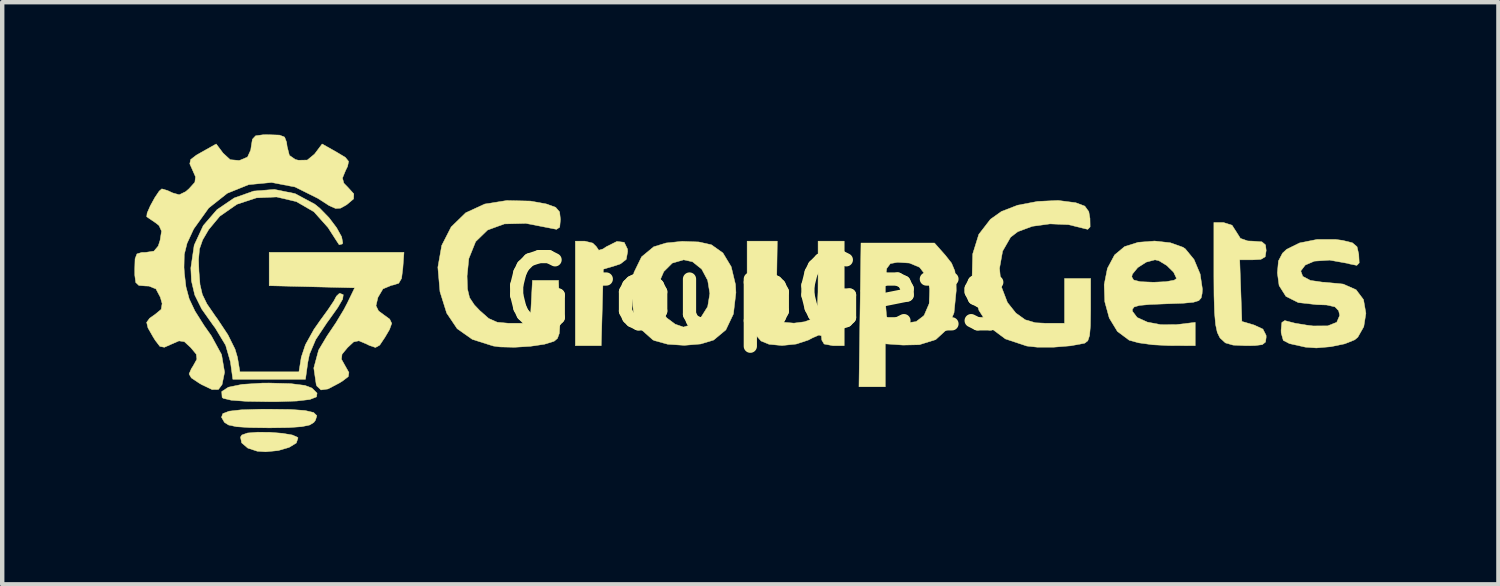
<source format=kicad_pcb>
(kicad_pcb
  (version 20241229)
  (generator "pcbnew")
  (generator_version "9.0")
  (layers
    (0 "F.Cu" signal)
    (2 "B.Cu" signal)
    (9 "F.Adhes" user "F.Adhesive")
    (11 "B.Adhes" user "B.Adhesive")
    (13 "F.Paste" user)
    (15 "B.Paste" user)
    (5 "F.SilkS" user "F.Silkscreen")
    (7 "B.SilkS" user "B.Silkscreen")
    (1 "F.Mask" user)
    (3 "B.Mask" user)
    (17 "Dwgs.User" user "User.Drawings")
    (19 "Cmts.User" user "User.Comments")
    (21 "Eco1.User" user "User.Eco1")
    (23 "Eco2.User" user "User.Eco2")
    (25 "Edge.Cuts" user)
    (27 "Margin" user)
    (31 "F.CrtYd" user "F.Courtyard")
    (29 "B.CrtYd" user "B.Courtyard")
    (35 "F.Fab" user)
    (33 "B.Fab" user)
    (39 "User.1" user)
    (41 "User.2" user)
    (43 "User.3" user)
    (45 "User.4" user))
  (footprint "GroupGets"
    (layer "F.Cu")
    (at 14.144 3.603)
    (property "Reference" "GroupGets" (at 0 0 0) (layer "F.SilkS") (effects (font (size 1.524 1.524) (thickness 0.3))))
    (attr through_hole)
    (fp_poly (pts (xy -11.069 3.149) (xy -10.788 3.172) (xy -10.562 3.211) (xy -10.443 3.265) (xy -10.437 3.275) (xy -10.475 3.391) (xy -10.639 3.491) (xy -10.886 3.563) (xy -11.171 3.591) (xy -11.36 3.578) (xy -11.576 3.507) (xy -11.715 3.388) (xy -11.741 3.258) (xy -11.71 3.21) (xy -11.583 3.165) (xy -11.352 3.146)) (stroke (width 0.01) (type solid)) (fill yes) (layer "F.SilkS"))
    (fp_poly (pts (xy -3.754 -1.141) (xy -3.672 -1.06) (xy -3.618 -0.979) (xy -3.522 -1.008) (xy -3.444 -1.06) (xy -3.206 -1.179) (xy -3.041 -1.159) (xy -2.966 -1.005) (xy -2.963 -0.949) (xy -2.995 -0.772) (xy -3.124 -0.671) (xy -3.239 -0.631) (xy -3.514 -0.55) (xy -3.562 1.185) (xy -4.149 1.185) (xy -4.149 -1.185) (xy -3.934 -1.185)) (stroke (width 0.01) (type solid)) (fill yes) (layer "F.SilkS"))
    (fp_poly (pts (xy -10.605 2.045) (xy -10.28 2.086) (xy -10.121 2.146) (xy -10.005 2.261) (xy -10.018 2.346) (xy -10.17 2.405) (xy -10.47 2.44) (xy -10.927 2.455) (xy -11.091 2.455) (xy -11.604 2.447) (xy -11.952 2.421) (xy -12.133 2.378) (xy -12.158 2.358) (xy -12.167 2.225) (xy -12.015 2.126) (xy -11.704 2.062) (xy -11.241 2.033) (xy -11.091 2.032)) (stroke (width 0.01) (type solid)) (fill yes) (layer "F.SilkS"))
    (fp_poly (pts (xy -10.608 2.631) (xy -10.277 2.655) (xy -10.083 2.7) (xy -10.01 2.772) (xy -10.041 2.874) (xy -10.078 2.925) (xy -10.172 2.983) (xy -10.353 3.021) (xy -10.648 3.042) (xy -11.086 3.048) (xy -11.091 3.048) (xy -11.53 3.042) (xy -11.828 3.022) (xy -12.01 2.984) (xy -12.104 2.925) (xy -12.104 2.925) (xy -12.172 2.808) (xy -12.142 2.725) (xy -11.998 2.67) (xy -11.724 2.639) (xy -11.303 2.626) (xy -11.091 2.625)) (stroke (width 0.01) (type solid)) (fill yes) (layer "F.SilkS"))
    (fp_poly (pts (xy 10.741 -1.546) (xy 10.837 -1.397) (xy 10.931 -1.248) (xy 11.097 -1.19) (xy 11.216 -1.185) (xy 11.418 -1.17) (xy 11.5 -1.1) (xy 11.515 -0.974) (xy 11.493 -0.831) (xy 11.394 -0.772) (xy 11.215 -0.762) (xy 10.915 -0.762) (xy 10.964 0.635) (xy 11.239 0.716) (xy 11.441 0.809) (xy 11.513 0.95) (xy 11.515 0.991) (xy 11.5 1.103) (xy 11.427 1.161) (xy 11.256 1.183) (xy 11.054 1.185) (xy 10.766 1.172) (xy 10.591 1.122) (xy 10.476 1.017) (xy 10.461 0.997) (xy 10.406 0.883) (xy 10.368 0.705) (xy 10.344 0.436) (xy 10.332 0.049) (xy 10.329 -0.4) (xy 10.329 -1.609) (xy 10.543 -1.609)) (stroke (width 0.01) (type solid)) (fill yes) (layer "F.SilkS"))
    (fp_poly (pts (xy 0.417 -0.346) (xy 0.417 0.02) (xy 0.427 0.326) (xy 0.446 0.529) (xy 0.461 0.585) (xy 0.589 0.655) (xy 0.808 0.674) (xy 1.048 0.643) (xy 1.191 0.59) (xy 1.267 0.531) (xy 1.315 0.432) (xy 1.341 0.257) (xy 1.353 -0.028) (xy 1.355 -0.342) (xy 1.355 -1.185) (xy 1.947 -1.185) (xy 1.947 1.185) (xy 1.693 1.185) (xy 1.492 1.147) (xy 1.439 1.058) (xy 1.43 0.961) (xy 1.374 0.944) (xy 1.229 1.007) (xy 1.132 1.058) (xy 0.857 1.148) (xy 0.537 1.181) (xy 0.243 1.153) (xy 0.062 1.079) (xy -0.078 0.919) (xy -0.174 0.673) (xy -0.23 0.315) (xy -0.253 -0.179) (xy -0.254 -0.344) (xy -0.254 -1.185) (xy 0.43 -1.185)) (stroke (width 0.01) (type solid)) (fill yes) (layer "F.SilkS"))
    (fp_poly (pts (xy 4.24 -0.866) (xy 4.381 -0.687) (xy 4.456 -0.509) (xy 4.484 -0.268) (xy 4.487 -0.062) (xy 4.437 0.439) (xy 4.283 0.808) (xy 4.022 1.047) (xy 3.65 1.163) (xy 3.281 1.171) (xy 2.879 1.143) (xy 2.879 1.63) (xy 2.879 2.117) (xy 2.282 2.117) (xy 2.305 0.487) (xy 2.313 -0.056) (xy 2.879 -0.056) (xy 2.886 0.253) (xy 2.905 0.493) (xy 2.932 0.616) (xy 2.935 0.621) (xy 3.05 0.658) (xy 3.261 0.677) (xy 3.311 0.677) (xy 3.578 0.639) (xy 3.749 0.508) (xy 3.763 0.489) (xy 3.885 0.205) (xy 3.9 -0.1) (xy 3.819 -0.38) (xy 3.657 -0.592) (xy 3.425 -0.689) (xy 3.424 -0.689) (xy 3.155 -0.706) (xy 2.993 -0.676) (xy 2.911 -0.565) (xy 2.882 -0.343) (xy 2.879 -0.056) (xy 2.313 -0.056) (xy 2.328 -1.143) (xy 3.994 -1.143)) (stroke (width 0.01) (type solid)) (fill yes) (layer "F.SilkS"))
    (fp_poly (pts (xy -1.351 -1.167) (xy -1.064 -1.103) (xy -0.803 -0.918) (xy -0.615 -0.606) (xy -0.518 -0.203) (xy -0.508 -0.017) (xy -0.565 0.466) (xy -0.736 0.826) (xy -1.013 1.057) (xy -1.306 1.146) (xy -1.678 1.177) (xy -2.054 1.152) (xy -2.357 1.069) (xy -2.391 1.053) (xy -2.663 0.811) (xy -2.827 0.447) (xy -2.87 0.073) (xy -2.286 0.073) (xy -2.211 0.364) (xy -2.078 0.554) (xy -1.886 0.697) (xy -1.703 0.762) (xy -1.693 0.762) (xy -1.514 0.704) (xy -1.32 0.565) (xy -1.308 0.554) (xy -1.148 0.299) (xy -1.099 0.001) (xy -1.148 -0.296) (xy -1.283 -0.55) (xy -1.492 -0.718) (xy -1.693 -0.762) (xy -1.95 -0.688) (xy -2.143 -0.496) (xy -2.259 -0.228) (xy -2.286 0.073) (xy -2.87 0.073) (xy -2.879 0) (xy -2.82 -0.474) (xy -2.647 -0.83) (xy -2.373 -1.057) (xy -2.091 -1.144) (xy -1.725 -1.181)) (stroke (width 0.01) (type solid)) (fill yes) (layer "F.SilkS"))
    (fp_poly (pts (xy -8.06 -0.572) (xy -8.089 -0.341) (xy -8.154 -0.23) (xy -8.289 -0.188) (xy -8.312 -0.186) (xy -8.511 -0.103) (xy -8.625 0.09) (xy -8.669 0.279) (xy -8.611 0.397) (xy -8.505 0.476) (xy -8.358 0.583) (xy -8.312 0.679) (xy -8.363 0.82) (xy -8.467 0.997) (xy -8.585 1.173) (xy -8.681 1.226) (xy -8.82 1.179) (xy -8.879 1.149) (xy -9.056 1.074) (xy -9.176 1.099) (xy -9.314 1.228) (xy -9.439 1.379) (xy -9.452 1.492) (xy -9.365 1.648) (xy -9.283 1.793) (xy -9.297 1.886) (xy -9.429 1.987) (xy -9.502 2.032) (xy -9.757 2.166) (xy -9.916 2.188) (xy -10.01 2.1) (xy -10.024 2.067) (xy -10.079 1.691) (xy -9.97 1.285) (xy -9.777 0.962) (xy -9.578 0.667) (xy -9.395 0.363) (xy -9.316 0.212) (xy -9.152 -0.127) (xy -10.122 -0.151) (xy -11.091 -0.175) (xy -11.091 -0.931) (xy -9.562 -0.931) (xy -8.034 -0.931)) (stroke (width 0.01) (type solid)) (fill yes) (layer "F.SilkS"))
    (fp_poly (pts (xy -5.165 -2.094) (xy -4.805 -2.028) (xy -4.595 -1.952) (xy -4.506 -1.848) (xy -4.487 -1.679) (xy -4.503 -1.502) (xy -4.575 -1.453) (xy -4.678 -1.473) (xy -5.27 -1.588) (xy -5.759 -1.576) (xy -6.139 -1.437) (xy -6.409 -1.175) (xy -6.564 -0.79) (xy -6.604 -0.394) (xy -6.594 -0.099) (xy -6.547 0.097) (xy -6.438 0.261) (xy -6.316 0.389) (xy -6.113 0.568) (xy -5.922 0.653) (xy -5.661 0.677) (xy -5.601 0.677) (xy -5.173 0.677) (xy -5.122 -0.296) (xy -4.53 -0.296) (xy -4.505 0.355) (xy -4.498 0.694) (xy -4.512 0.904) (xy -4.555 1.021) (xy -4.632 1.085) (xy -4.85 1.152) (xy -5.17 1.199) (xy -5.528 1.221) (xy -5.857 1.213) (xy -6.011 1.192) (xy -6.484 1.042) (xy -6.828 0.8) (xy -7.066 0.446) (xy -7.218 -0.039) (xy -7.266 -0.592) (xy -7.178 -1.089) (xy -6.964 -1.508) (xy -6.635 -1.828) (xy -6.204 -2.027) (xy -5.704 -2.106)) (stroke (width 0.01) (type solid)) (fill yes) (layer "F.SilkS"))
    (fp_poly (pts (xy 7.197 -2.057) (xy 7.402 -1.98) (xy 7.493 -1.855) (xy 7.52 -1.698) (xy 7.523 -1.509) (xy 7.47 -1.453) (xy 7.425 -1.463) (xy 7.035 -1.559) (xy 6.614 -1.577) (xy 6.212 -1.522) (xy 5.883 -1.4) (xy 5.721 -1.276) (xy 5.539 -0.959) (xy 5.469 -0.571) (xy 5.506 -0.165) (xy 5.648 0.205) (xy 5.839 0.445) (xy 6.05 0.597) (xy 6.281 0.665) (xy 6.521 0.677) (xy 6.943 0.677) (xy 6.943 -0.339) (xy 7.535 -0.339) (xy 7.535 0.375) (xy 7.53 0.731) (xy 7.511 0.953) (xy 7.471 1.073) (xy 7.404 1.126) (xy 7.387 1.131) (xy 7.079 1.188) (xy 6.697 1.219) (xy 6.327 1.219) (xy 6.088 1.193) (xy 5.603 1.032) (xy 5.244 0.765) (xy 5.001 0.382) (xy 4.868 -0.125) (xy 4.846 -0.339) (xy 4.861 -0.895) (xy 4.999 -1.339) (xy 5.263 -1.681) (xy 5.512 -1.858) (xy 5.879 -2) (xy 6.332 -2.086) (xy 6.798 -2.108)) (stroke (width 0.01) (type solid)) (fill yes) (layer "F.SilkS"))
    (fp_poly (pts (xy 9.341 -1.149) (xy 9.628 -1.047) (xy 9.681 -1.011) (xy 9.879 -0.77) (xy 10.018 -0.439) (xy 10.069 -0.097) (xy 10.062 0.004) (xy 10.041 0.101) (xy 9.987 0.163) (xy 9.867 0.2) (xy 9.649 0.221) (xy 9.299 0.234) (xy 9.244 0.236) (xy 8.873 0.251) (xy 8.642 0.272) (xy 8.521 0.307) (xy 8.481 0.361) (xy 8.483 0.405) (xy 8.589 0.545) (xy 8.819 0.65) (xy 9.128 0.709) (xy 9.473 0.707) (xy 9.504 0.704) (xy 9.906 0.656) (xy 9.906 1.185) (xy 9.292 1.182) (xy 8.943 1.164) (xy 8.624 1.12) (xy 8.409 1.061) (xy 8.142 0.862) (xy 7.957 0.558) (xy 7.856 0.19) (xy 7.842 -0.198) (xy 7.877 -0.376) (xy 8.467 -0.376) (xy 8.51 -0.304) (xy 8.661 -0.266) (xy 8.948 -0.254) (xy 8.975 -0.254) (xy 9.245 -0.267) (xy 9.429 -0.3) (xy 9.483 -0.339) (xy 9.416 -0.481) (xy 9.26 -0.634) (xy 9.08 -0.743) (xy 8.994 -0.762) (xy 8.796 -0.71) (xy 8.603 -0.586) (xy 8.481 -0.437) (xy 8.467 -0.376) (xy 7.877 -0.376) (xy 7.915 -0.567) (xy 8.078 -0.873) (xy 8.305 -1.062) (xy 8.613 -1.159) (xy 8.981 -1.188)) (stroke (width 0.01) (type solid)) (fill yes) (layer "F.SilkS"))
    (fp_poly (pts (xy 13.25 -1.202) (xy 13.471 -1.147) (xy 13.575 -1.058) (xy 13.614 -0.888) (xy 13.615 -0.871) (xy 13.624 -0.692) (xy 13.57 -0.636) (xy 13.409 -0.668) (xy 13.362 -0.682) (xy 12.954 -0.755) (xy 12.608 -0.732) (xy 12.402 -0.644) (xy 12.299 -0.509) (xy 12.344 -0.387) (xy 12.516 -0.295) (xy 12.792 -0.255) (xy 12.832 -0.254) (xy 13.262 -0.212) (xy 13.554 -0.083) (xy 13.72 0.138) (xy 13.723 0.146) (xy 13.776 0.451) (xy 13.728 0.754) (xy 13.593 0.992) (xy 13.522 1.052) (xy 13.295 1.143) (xy 12.98 1.208) (xy 12.653 1.236) (xy 12.404 1.218) (xy 12.176 1.167) (xy 12.044 1.138) (xy 11.903 1.065) (xy 11.855 0.896) (xy 11.853 0.836) (xy 11.87 0.659) (xy 11.937 0.615) (xy 12.002 0.633) (xy 12.171 0.676) (xy 12.432 0.719) (xy 12.576 0.737) (xy 12.909 0.736) (xy 13.115 0.654) (xy 13.182 0.498) (xy 13.158 0.392) (xy 13.074 0.304) (xy 12.885 0.262) (xy 12.66 0.254) (xy 12.244 0.208) (xy 11.963 0.067) (xy 11.808 -0.178) (xy 11.769 -0.466) (xy 11.793 -0.736) (xy 11.886 -0.914) (xy 11.979 -1) (xy 12.273 -1.145) (xy 12.665 -1.223) (xy 13.095 -1.223)) (stroke (width 0.01) (type solid)) (fill yes) (layer "F.SilkS"))
    (fp_poly (pts (xy -10.504 -2.263) (xy -10.059 -2.025) (xy -9.942 -1.93) (xy -9.735 -1.718) (xy -9.562 -1.489) (xy -9.448 -1.284) (xy -9.422 -1.144) (xy -9.434 -1.121) (xy -9.505 -1.104) (xy -9.507 -1.108) (xy -9.564 -1.194) (xy -9.679 -1.373) (xy -9.756 -1.493) (xy -10.076 -1.851) (xy -10.475 -2.082) (xy -10.921 -2.187) (xy -11.381 -2.167) (xy -11.822 -2.021) (xy -12.211 -1.75) (xy -12.462 -1.448) (xy -12.6 -1.212) (xy -12.671 -1.008) (xy -12.692 -0.766) (xy -12.683 -0.502) (xy -12.659 -0.201) (xy -12.606 0.025) (xy -12.502 0.238) (xy -12.32 0.503) (xy -12.26 0.586) (xy -12.026 0.939) (xy -11.865 1.263) (xy -11.81 1.447) (xy -11.754 1.778) (xy -10.416 1.778) (xy -10.363 1.446) (xy -10.268 1.161) (xy -10.076 0.816) (xy -9.939 0.62) (xy -9.758 0.371) (xy -9.626 0.174) (xy -9.569 0.068) (xy -9.568 0.064) (xy -9.502 0.002) (xy -9.483 0) (xy -9.411 0.029) (xy -9.424 0.128) (xy -9.532 0.315) (xy -9.741 0.609) (xy -9.779 0.66) (xy -10.035 1.045) (xy -10.177 1.379) (xy -10.214 1.557) (xy -10.268 1.947) (xy -11.915 1.947) (xy -11.969 1.553) (xy -12.078 1.174) (xy -12.315 0.781) (xy -12.356 0.727) (xy -12.62 0.354) (xy -12.778 0.036) (xy -12.853 -0.283) (xy -12.867 -0.577) (xy -12.791 -1.094) (xy -12.585 -1.539) (xy -12.274 -1.899) (xy -11.884 -2.164) (xy -11.442 -2.321) (xy -10.974 -2.358)) (stroke (width 0.01) (type solid)) (fill yes) (layer "F.SilkS"))
    (fp_poly (pts (xy -10.856 -3.59) (xy -10.741 -3.545) (xy -10.696 -3.429) (xy -10.684 -3.332) (xy -10.633 -3.131) (xy -10.498 -3.037) (xy -10.43 -3.02) (xy -10.227 -3.024) (xy -10.065 -3.157) (xy -10.046 -3.181) (xy -9.89 -3.389) (xy -9.564 -3.205) (xy -9.365 -3.086) (xy -9.29 -2.994) (xy -9.313 -2.88) (xy -9.357 -2.791) (xy -9.429 -2.616) (xy -9.398 -2.5) (xy -9.31 -2.41) (xy -9.172 -2.258) (xy -9.177 -2.143) (xy -9.33 -2.014) (xy -9.35 -2.001) (xy -9.473 -1.933) (xy -9.584 -1.926) (xy -9.733 -1.992) (xy -9.969 -2.144) (xy -9.981 -2.153) (xy -10.503 -2.413) (xy -11.036 -2.516) (xy -11.557 -2.466) (xy -12.04 -2.271) (xy -12.462 -1.937) (xy -12.797 -1.469) (xy -12.813 -1.439) (xy -12.953 -1.136) (xy -13.016 -0.883) (xy -13.022 -0.59) (xy -13.014 -0.462) (xy -12.977 -0.147) (xy -12.904 0.124) (xy -12.774 0.399) (xy -12.567 0.727) (xy -12.402 0.962) (xy -12.17 1.387) (xy -12.102 1.787) (xy -12.159 2.067) (xy -12.242 2.178) (xy -12.385 2.18) (xy -12.617 2.07) (xy -12.681 2.032) (xy -12.856 1.915) (xy -12.907 1.826) (xy -12.854 1.705) (xy -12.817 1.648) (xy -12.73 1.491) (xy -12.744 1.378) (xy -12.869 1.228) (xy -13.014 1.094) (xy -13.136 1.076) (xy -13.304 1.149) (xy -13.467 1.221) (xy -13.569 1.201) (xy -13.674 1.064) (xy -13.716 0.997) (xy -13.839 0.782) (xy -13.869 0.656) (xy -13.801 0.562) (xy -13.678 0.476) (xy -13.539 0.361) (xy -13.518 0.229) (xy -13.559 0.085) (xy -13.658 -0.101) (xy -13.816 -0.166) (xy -13.894 -0.169) (xy -14.045 -0.181) (xy -14.116 -0.247) (xy -14.138 -0.413) (xy -14.139 -0.55) (xy -14.132 -0.785) (xy -14.089 -0.896) (xy -13.981 -0.929) (xy -13.888 -0.931) (xy -13.704 -0.959) (xy -13.606 -1.075) (xy -13.564 -1.206) (xy -13.531 -1.413) (xy -13.588 -1.539) (xy -13.667 -1.602) (xy -13.81 -1.699) (xy -13.868 -1.739) (xy -13.858 -1.822) (xy -13.786 -1.986) (xy -13.684 -2.172) (xy -13.585 -2.319) (xy -13.525 -2.371) (xy -13.398 -2.334) (xy -13.279 -2.279) (xy -13.13 -2.237) (xy -12.982 -2.309) (xy -12.907 -2.375) (xy -12.776 -2.52) (xy -12.761 -2.644) (xy -12.826 -2.792) (xy -12.891 -2.939) (xy -12.871 -3.036) (xy -12.742 -3.135) (xy -12.619 -3.205) (xy -12.292 -3.389) (xy -12.136 -3.181) (xy -11.974 -3.032) (xy -11.779 -3.015) (xy -11.752 -3.02) (xy -11.582 -3.092) (xy -11.509 -3.253) (xy -11.498 -3.332) (xy -11.471 -3.496) (xy -11.398 -3.574) (xy -11.231 -3.597) (xy -11.091 -3.598)) (stroke (width 0.01) (type solid)) (fill yes) (layer "F.SilkS")))
  (gr_rect
    (start -3 -3)
    (end 30.925 10.199)
    (stroke (width 0.1) (type default))
    (fill no)
    (layer "Edge.Cuts")))
</source>
